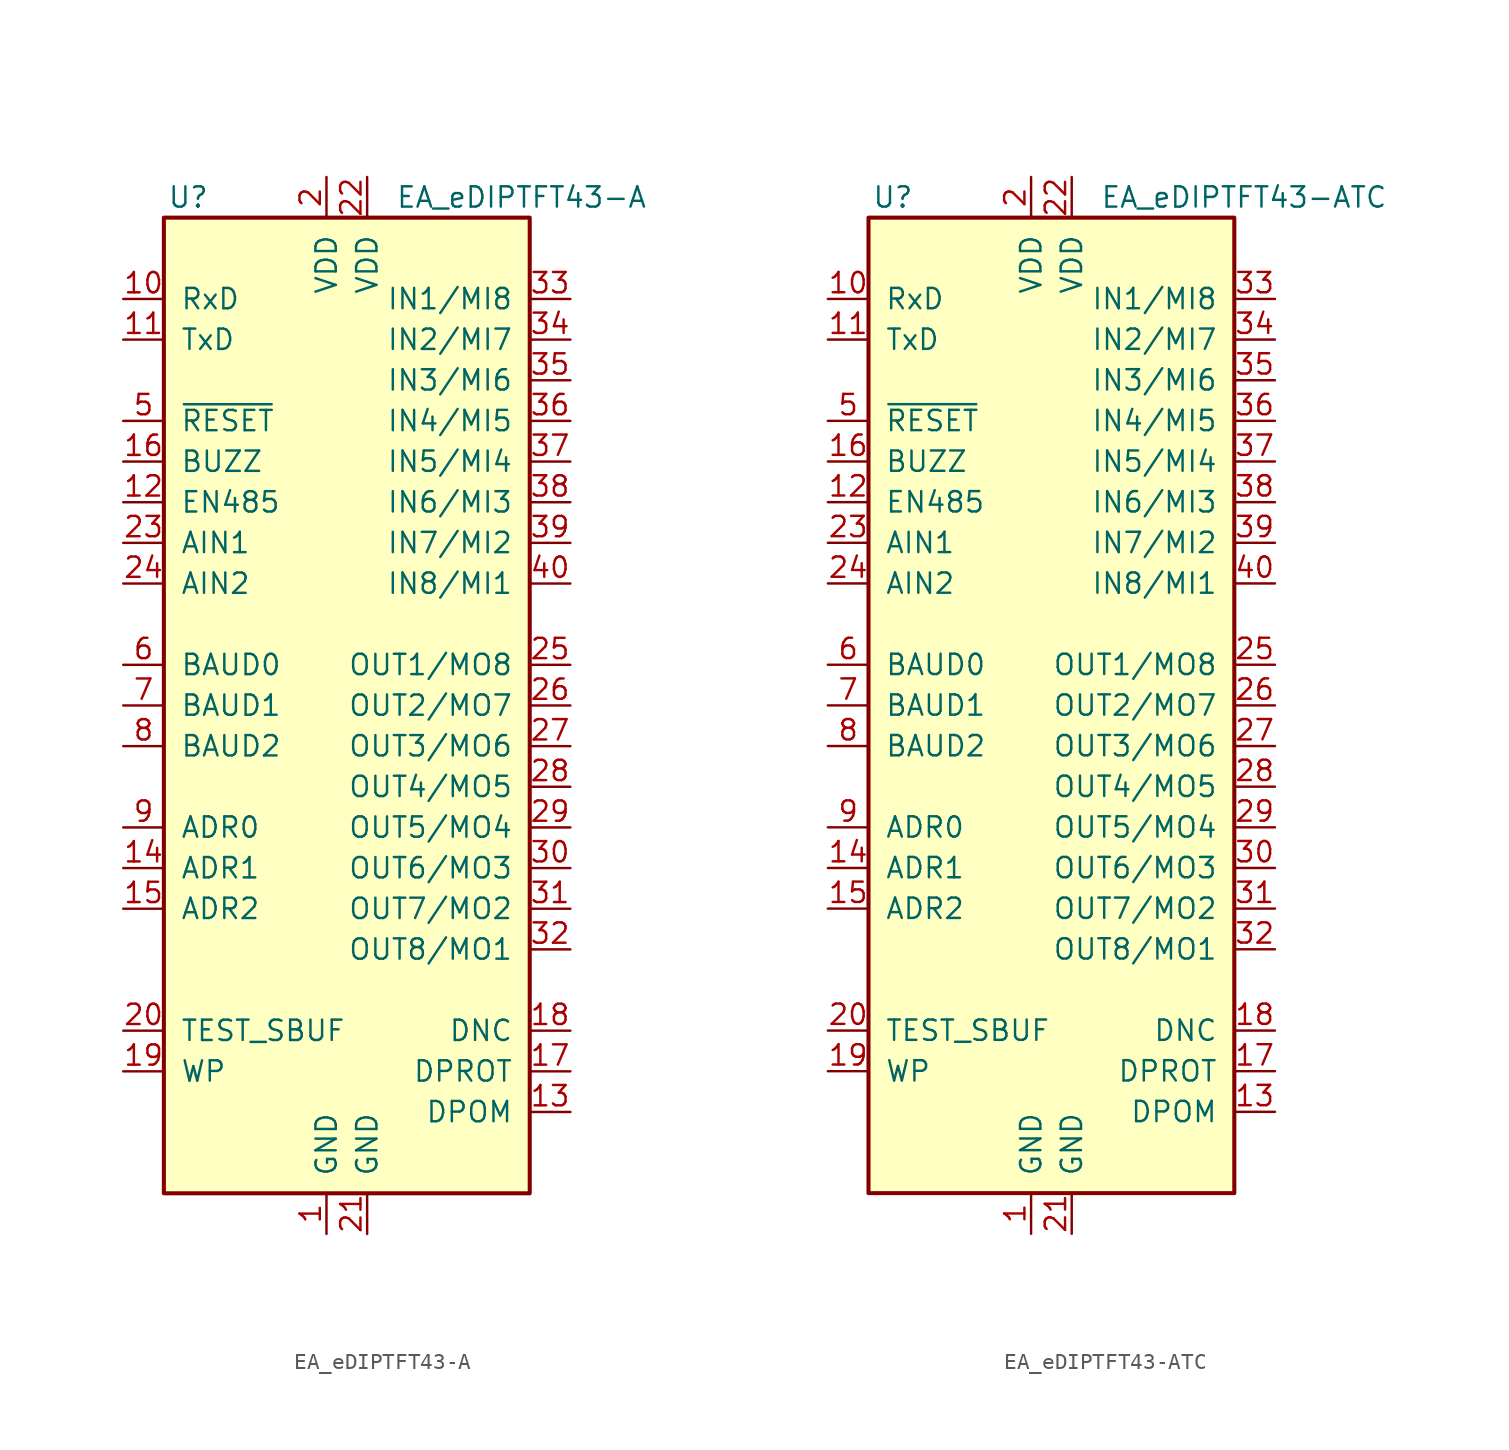
<source format=kicad_sym>
(kicad_symbol_lib
  (version 20201005)
  (generator kicad_symbol_editor)
  (symbol "Display_Graphic:EA_eDIPTFT43-A"
    (pin_names
      (offset 1.016))
    (property "Reference" "U"
      (at -11.176 31.75 0)
      (effects (font (size 1.27 1.27))))
    (property "Value" "EA_eDIPTFT43-A"
      (at 1.778 31.75 0)
      (effects (font (size 1.27 1.27)) (justify left)))
    (symbol "EA_eDIPTFT43-A_0_1"
      (rectangle (start -12.7 30.48) (end 10.16 -30.48) (stroke (width 0.254)) (fill (type background))))
    (symbol "EA_eDIPTFT43-A_1_1"
      (pin power_in line (at -2.54 -33.02 90) (length 2.54) (name "GND" (effects (font (size 1.27 1.27)))) (number "1" (effects (font (size 1.27 1.27)))))
      (pin input line (at -15.24 25.4 0) (length 2.54) (name "RxD" (effects (font (size 1.27 1.27)))) (number "10" (effects (font (size 1.27 1.27)))))
      (pin output line (at -15.24 22.86 0) (length 2.54) (name "TxD" (effects (font (size 1.27 1.27)))) (number "11" (effects (font (size 1.27 1.27)))))
      (pin output line (at -15.24 12.7 0) (length 2.54) (name "EN485" (effects (font (size 1.27 1.27)))) (number "12" (effects (font (size 1.27 1.27)))))
      (pin input line (at 12.7 -25.4 180) (length 2.54) (name "DPOM" (effects (font (size 1.27 1.27)))) (number "13" (effects (font (size 1.27 1.27)))))
      (pin input line (at -15.24 -10.16 0) (length 2.54) (name "ADR1" (effects (font (size 1.27 1.27)))) (number "14" (effects (font (size 1.27 1.27)))))
      (pin input line (at -15.24 -12.7 0) (length 2.54) (name "ADR2" (effects (font (size 1.27 1.27)))) (number "15" (effects (font (size 1.27 1.27)))))
      (pin output line (at -15.24 15.24 0) (length 2.54) (name "BUZZ" (effects (font (size 1.27 1.27)))) (number "16" (effects (font (size 1.27 1.27)))))
      (pin input line (at 12.7 -22.86 180) (length 2.54) (name "DPROT" (effects (font (size 1.27 1.27)))) (number "17" (effects (font (size 1.27 1.27)))))
      (pin output line (at 12.7 -20.32 180) (length 2.54) (name "DNC" (effects (font (size 1.27 1.27)))) (number "18" (effects (font (size 1.27 1.27)))))
      (pin input line (at -15.24 -22.86 0) (length 2.54) (name "WP" (effects (font (size 1.27 1.27)))) (number "19" (effects (font (size 1.27 1.27)))))
      (pin power_in line (at -2.54 33.02 270) (length 2.54) (name "VDD" (effects (font (size 1.27 1.27)))) (number "2" (effects (font (size 1.27 1.27)))))
      (pin bidirectional line (at -15.24 -20.32 0) (length 2.54) (name "TEST_SBUF" (effects (font (size 1.27 1.27)))) (number "20" (effects (font (size 1.27 1.27)))))
      (pin power_in line (at 0 -33.02 90) (length 2.54) (name "GND" (effects (font (size 1.27 1.27)))) (number "21" (effects (font (size 1.27 1.27)))))
      (pin power_in line (at 0 33.02 270) (length 2.54) (name "VDD" (effects (font (size 1.27 1.27)))) (number "22" (effects (font (size 1.27 1.27)))))
      (pin input line (at -15.24 10.16 0) (length 2.54) (name "AIN1" (effects (font (size 1.27 1.27)))) (number "23" (effects (font (size 1.27 1.27)))))
      (pin input line (at -15.24 7.62 0) (length 2.54) (name "AIN2" (effects (font (size 1.27 1.27)))) (number "24" (effects (font (size 1.27 1.27)))))
      (pin output line (at 12.7 2.54 180) (length 2.54) (name "OUT1/MO8" (effects (font (size 1.27 1.27)))) (number "25" (effects (font (size 1.27 1.27)))))
      (pin output line (at 12.7 0 180) (length 2.54) (name "OUT2/MO7" (effects (font (size 1.27 1.27)))) (number "26" (effects (font (size 1.27 1.27)))))
      (pin output line (at 12.7 -2.54 180) (length 2.54) (name "OUT3/MO6" (effects (font (size 1.27 1.27)))) (number "27" (effects (font (size 1.27 1.27)))))
      (pin output line (at 12.7 -5.08 180) (length 2.54) (name "OUT4/MO5" (effects (font (size 1.27 1.27)))) (number "28" (effects (font (size 1.27 1.27)))))
      (pin output line (at 12.7 -7.62 180) (length 2.54) (name "OUT5/MO4" (effects (font (size 1.27 1.27)))) (number "29" (effects (font (size 1.27 1.27)))))
      (pin no_connect line (at 12.7 -27.94 180) (length 2.54) hide (name "NC" (effects (font (size 1.27 1.27)))) (number "3" (effects (font (size 1.27 1.27)))))
      (pin output line (at 12.7 -10.16 180) (length 2.54) (name "OUT6/MO3" (effects (font (size 1.27 1.27)))) (number "30" (effects (font (size 1.27 1.27)))))
      (pin output line (at 12.7 -12.7 180) (length 2.54) (name "OUT7/MO2" (effects (font (size 1.27 1.27)))) (number "31" (effects (font (size 1.27 1.27)))))
      (pin output line (at 12.7 -15.24 180) (length 2.54) (name "OUT8/MO1" (effects (font (size 1.27 1.27)))) (number "32" (effects (font (size 1.27 1.27)))))
      (pin input line (at 12.7 25.4 180) (length 2.54) (name "IN1/MI8" (effects (font (size 1.27 1.27)))) (number "33" (effects (font (size 1.27 1.27)))))
      (pin input line (at 12.7 22.86 180) (length 2.54) (name "IN2/MI7" (effects (font (size 1.27 1.27)))) (number "34" (effects (font (size 1.27 1.27)))))
      (pin input line (at 12.7 20.32 180) (length 2.54) (name "IN3/MI6" (effects (font (size 1.27 1.27)))) (number "35" (effects (font (size 1.27 1.27)))))
      (pin input line (at 12.7 17.78 180) (length 2.54) (name "IN4/MI5" (effects (font (size 1.27 1.27)))) (number "36" (effects (font (size 1.27 1.27)))))
      (pin input line (at 12.7 15.24 180) (length 2.54) (name "IN5/MI4" (effects (font (size 1.27 1.27)))) (number "37" (effects (font (size 1.27 1.27)))))
      (pin input line (at 12.7 12.7 180) (length 2.54) (name "IN6/MI3" (effects (font (size 1.27 1.27)))) (number "38" (effects (font (size 1.27 1.27)))))
      (pin input line (at 12.7 10.16 180) (length 2.54) (name "IN7/MI2" (effects (font (size 1.27 1.27)))) (number "39" (effects (font (size 1.27 1.27)))))
      (pin no_connect line (at -15.24 -27.94 0) (length 2.54) hide (name "NC" (effects (font (size 1.27 1.27)))) (number "4" (effects (font (size 1.27 1.27)))))
      (pin input line (at 12.7 7.62 180) (length 2.54) (name "IN8/MI1" (effects (font (size 1.27 1.27)))) (number "40" (effects (font (size 1.27 1.27)))))
      (pin input line (at -15.24 17.78 0) (length 2.54) (name "~RESET" (effects (font (size 1.27 1.27)))) (number "5" (effects (font (size 1.27 1.27)))))
      (pin input line (at -15.24 2.54 0) (length 2.54) (name "BAUD0" (effects (font (size 1.27 1.27)))) (number "6" (effects (font (size 1.27 1.27)))))
      (pin input line (at -15.24 0 0) (length 2.54) (name "BAUD1" (effects (font (size 1.27 1.27)))) (number "7" (effects (font (size 1.27 1.27)))))
      (pin input line (at -15.24 -2.54 0) (length 2.54) (name "BAUD2" (effects (font (size 1.27 1.27)))) (number "8" (effects (font (size 1.27 1.27)))))
      (pin input line (at -15.24 -7.62 0) (length 2.54) (name "ADR0" (effects (font (size 1.27 1.27)))) (number "9" (effects (font (size 1.27 1.27)))))))
  (symbol "Display_Graphic:EA_eDIPTFT43-ATC"
    (pin_names
      (offset 1.016))
    (property "Reference" "U"
      (at -11.176 31.75 0)
      (effects (font (size 1.27 1.27))))
    (property "Value" "EA_eDIPTFT43-ATC"
      (at 1.778 31.75 0)
      (effects (font (size 1.27 1.27)) (justify left)))
    (symbol "EA_eDIPTFT43-ATC_0_1"
      (rectangle (start -12.7 30.48) (end 10.16 -30.48) (stroke (width 0.254)) (fill (type background))))
    (symbol "EA_eDIPTFT43-ATC_1_1"
      (pin power_in line (at -2.54 -33.02 90) (length 2.54) (name "GND" (effects (font (size 1.27 1.27)))) (number "1" (effects (font (size 1.27 1.27)))))
      (pin input line (at -15.24 25.4 0) (length 2.54) (name "RxD" (effects (font (size 1.27 1.27)))) (number "10" (effects (font (size 1.27 1.27)))))
      (pin output line (at -15.24 22.86 0) (length 2.54) (name "TxD" (effects (font (size 1.27 1.27)))) (number "11" (effects (font (size 1.27 1.27)))))
      (pin output line (at -15.24 12.7 0) (length 2.54) (name "EN485" (effects (font (size 1.27 1.27)))) (number "12" (effects (font (size 1.27 1.27)))))
      (pin input line (at 12.7 -25.4 180) (length 2.54) (name "DPOM" (effects (font (size 1.27 1.27)))) (number "13" (effects (font (size 1.27 1.27)))))
      (pin input line (at -15.24 -10.16 0) (length 2.54) (name "ADR1" (effects (font (size 1.27 1.27)))) (number "14" (effects (font (size 1.27 1.27)))))
      (pin input line (at -15.24 -12.7 0) (length 2.54) (name "ADR2" (effects (font (size 1.27 1.27)))) (number "15" (effects (font (size 1.27 1.27)))))
      (pin output line (at -15.24 15.24 0) (length 2.54) (name "BUZZ" (effects (font (size 1.27 1.27)))) (number "16" (effects (font (size 1.27 1.27)))))
      (pin input line (at 12.7 -22.86 180) (length 2.54) (name "DPROT" (effects (font (size 1.27 1.27)))) (number "17" (effects (font (size 1.27 1.27)))))
      (pin output line (at 12.7 -20.32 180) (length 2.54) (name "DNC" (effects (font (size 1.27 1.27)))) (number "18" (effects (font (size 1.27 1.27)))))
      (pin input line (at -15.24 -22.86 0) (length 2.54) (name "WP" (effects (font (size 1.27 1.27)))) (number "19" (effects (font (size 1.27 1.27)))))
      (pin power_in line (at -2.54 33.02 270) (length 2.54) (name "VDD" (effects (font (size 1.27 1.27)))) (number "2" (effects (font (size 1.27 1.27)))))
      (pin bidirectional line (at -15.24 -20.32 0) (length 2.54) (name "TEST_SBUF" (effects (font (size 1.27 1.27)))) (number "20" (effects (font (size 1.27 1.27)))))
      (pin power_in line (at 0 -33.02 90) (length 2.54) (name "GND" (effects (font (size 1.27 1.27)))) (number "21" (effects (font (size 1.27 1.27)))))
      (pin power_in line (at 0 33.02 270) (length 2.54) (name "VDD" (effects (font (size 1.27 1.27)))) (number "22" (effects (font (size 1.27 1.27)))))
      (pin input line (at -15.24 10.16 0) (length 2.54) (name "AIN1" (effects (font (size 1.27 1.27)))) (number "23" (effects (font (size 1.27 1.27)))))
      (pin input line (at -15.24 7.62 0) (length 2.54) (name "AIN2" (effects (font (size 1.27 1.27)))) (number "24" (effects (font (size 1.27 1.27)))))
      (pin output line (at 12.7 2.54 180) (length 2.54) (name "OUT1/MO8" (effects (font (size 1.27 1.27)))) (number "25" (effects (font (size 1.27 1.27)))))
      (pin output line (at 12.7 0 180) (length 2.54) (name "OUT2/MO7" (effects (font (size 1.27 1.27)))) (number "26" (effects (font (size 1.27 1.27)))))
      (pin output line (at 12.7 -2.54 180) (length 2.54) (name "OUT3/MO6" (effects (font (size 1.27 1.27)))) (number "27" (effects (font (size 1.27 1.27)))))
      (pin output line (at 12.7 -5.08 180) (length 2.54) (name "OUT4/MO5" (effects (font (size 1.27 1.27)))) (number "28" (effects (font (size 1.27 1.27)))))
      (pin output line (at 12.7 -7.62 180) (length 2.54) (name "OUT5/MO4" (effects (font (size 1.27 1.27)))) (number "29" (effects (font (size 1.27 1.27)))))
      (pin no_connect line (at 12.7 -27.94 180) (length 2.54) hide (name "NC" (effects (font (size 1.27 1.27)))) (number "3" (effects (font (size 1.27 1.27)))))
      (pin output line (at 12.7 -10.16 180) (length 2.54) (name "OUT6/MO3" (effects (font (size 1.27 1.27)))) (number "30" (effects (font (size 1.27 1.27)))))
      (pin output line (at 12.7 -12.7 180) (length 2.54) (name "OUT7/MO2" (effects (font (size 1.27 1.27)))) (number "31" (effects (font (size 1.27 1.27)))))
      (pin output line (at 12.7 -15.24 180) (length 2.54) (name "OUT8/MO1" (effects (font (size 1.27 1.27)))) (number "32" (effects (font (size 1.27 1.27)))))
      (pin input line (at 12.7 25.4 180) (length 2.54) (name "IN1/MI8" (effects (font (size 1.27 1.27)))) (number "33" (effects (font (size 1.27 1.27)))))
      (pin input line (at 12.7 22.86 180) (length 2.54) (name "IN2/MI7" (effects (font (size 1.27 1.27)))) (number "34" (effects (font (size 1.27 1.27)))))
      (pin input line (at 12.7 20.32 180) (length 2.54) (name "IN3/MI6" (effects (font (size 1.27 1.27)))) (number "35" (effects (font (size 1.27 1.27)))))
      (pin input line (at 12.7 17.78 180) (length 2.54) (name "IN4/MI5" (effects (font (size 1.27 1.27)))) (number "36" (effects (font (size 1.27 1.27)))))
      (pin input line (at 12.7 15.24 180) (length 2.54) (name "IN5/MI4" (effects (font (size 1.27 1.27)))) (number "37" (effects (font (size 1.27 1.27)))))
      (pin input line (at 12.7 12.7 180) (length 2.54) (name "IN6/MI3" (effects (font (size 1.27 1.27)))) (number "38" (effects (font (size 1.27 1.27)))))
      (pin input line (at 12.7 10.16 180) (length 2.54) (name "IN7/MI2" (effects (font (size 1.27 1.27)))) (number "39" (effects (font (size 1.27 1.27)))))
      (pin no_connect line (at -15.24 -27.94 0) (length 2.54) hide (name "NC" (effects (font (size 1.27 1.27)))) (number "4" (effects (font (size 1.27 1.27)))))
      (pin input line (at 12.7 7.62 180) (length 2.54) (name "IN8/MI1" (effects (font (size 1.27 1.27)))) (number "40" (effects (font (size 1.27 1.27)))))
      (pin input line (at -15.24 17.78 0) (length 2.54) (name "~RESET" (effects (font (size 1.27 1.27)))) (number "5" (effects (font (size 1.27 1.27)))))
      (pin input line (at -15.24 2.54 0) (length 2.54) (name "BAUD0" (effects (font (size 1.27 1.27)))) (number "6" (effects (font (size 1.27 1.27)))))
      (pin input line (at -15.24 0 0) (length 2.54) (name "BAUD1" (effects (font (size 1.27 1.27)))) (number "7" (effects (font (size 1.27 1.27)))))
      (pin input line (at -15.24 -2.54 0) (length 2.54) (name "BAUD2" (effects (font (size 1.27 1.27)))) (number "8" (effects (font (size 1.27 1.27)))))
      (pin input line (at -15.24 -7.62 0) (length 2.54) (name "ADR0" (effects (font (size 1.27 1.27)))) (number "9" (effects (font (size 1.27 1.27))))))))
</source>
